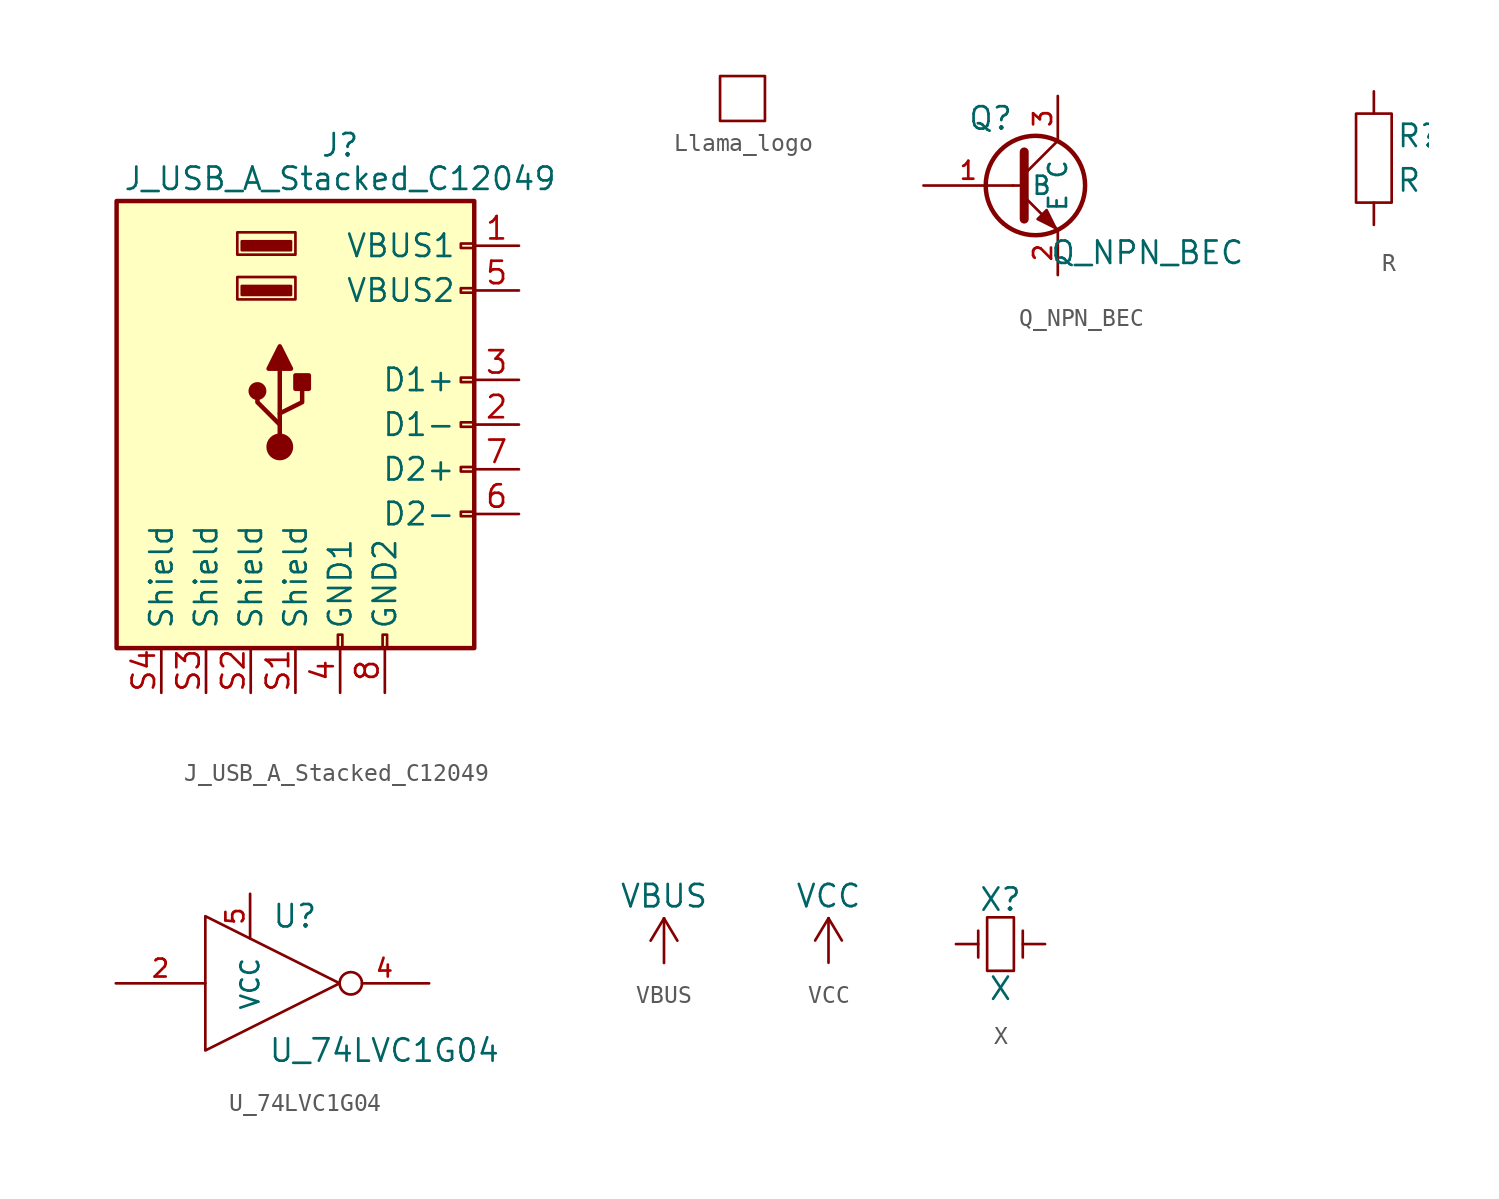
<source format=kicad_sym>
(kicad_symbol_lib
  (version 20211014)
  (generator kicad_symbol_editor)
  (symbol "J_USB_A_Stacked_C12049"
    (pin_names
      (offset 1.016))
    (property "Reference" "J"
      (at 0 15.875 0)
      (effects (font (size 1.27 1.27))))
    (property "Value" "J_USB_A_Stacked_C12049"
      (at 0 13.97 0)
      (effects (font (size 1.27 1.27))))
    (symbol "J_USB_A_Stacked_C12049_0_1"
      (rectangle (start -12.7 12.7) (end 7.62 -12.7) (stroke (width 0.254) (type default) (color 0 0 0 0)) (fill (type background)))
      (circle (center -4.699 1.905) (radius 0.381) (stroke (width 0.254) (type default) (color 0 0 0 0)) (fill (type outline)))
      (circle (center -3.429 -1.27) (radius 0.635) (stroke (width 0.254) (type default) (color 0 0 0 0)) (fill (type outline)))
      (rectangle (start -2.794 7.366) (end -5.588 7.874) (stroke (width 0) (type default) (color 0 0 0 0)) (fill (type outline)))
      (rectangle (start -2.794 9.906) (end -5.588 10.414) (stroke (width 0) (type default) (color 0 0 0 0)) (fill (type outline)))
      (rectangle (start -2.54 2.794) (end -1.778 2.032) (stroke (width 0.254) (type default) (color 0 0 0 0)) (fill (type outline)))
      (rectangle (start -2.54 7.112) (end -5.842 8.382) (stroke (width 0) (type default) (color 0 0 0 0)) (fill (type none)))
      (rectangle (start -2.54 9.652) (end -5.842 10.922) (stroke (width 0) (type default) (color 0 0 0 0)) (fill (type none)))
      (rectangle (start -0.127 -12.7) (end 0.127 -11.938) (stroke (width 0) (type default) (color 0 0 0 0)) (fill (type none)))
      (polyline (pts (xy -4.064 3.175) (xy -2.794 3.175) (xy -3.429 4.445) (xy -4.064 3.175)) (stroke (width 0.254) (type default) (color 0 0 0 0)) (fill (type outline)))
      (polyline (pts (xy -3.429 -0.635) (xy -3.429 0) (xy -4.699 1.27) (xy -4.699 1.905)) (stroke (width 0.254) (type default) (color 0 0 0 0)) (fill (type none)))
      (polyline (pts (xy -3.429 0) (xy -3.429 0.635) (xy -2.159 1.27) (xy -2.159 2.54)) (stroke (width 0.254) (type default) (color 0 0 0 0)) (fill (type none)))
      (rectangle (start 2.413 -12.7) (end 2.667 -11.938) (stroke (width 0) (type default) (color 0 0 0 0)) (fill (type none)))
      (rectangle (start 7.62 -5.207) (end 6.858 -4.953) (stroke (width 0) (type default) (color 0 0 0 0)) (fill (type none)))
      (rectangle (start 7.62 -2.667) (end 6.858 -2.413) (stroke (width 0) (type default) (color 0 0 0 0)) (fill (type none)))
      (rectangle (start 7.62 -0.127) (end 6.858 0.127) (stroke (width 0) (type default) (color 0 0 0 0)) (fill (type none)))
      (rectangle (start 7.62 2.413) (end 6.858 2.667) (stroke (width 0) (type default) (color 0 0 0 0)) (fill (type none)))
      (rectangle (start 7.62 7.493) (end 6.858 7.747) (stroke (width 0) (type default) (color 0 0 0 0)) (fill (type none)))
      (rectangle (start 7.62 10.033) (end 6.858 10.287) (stroke (width 0) (type default) (color 0 0 0 0)) (fill (type none))))
    (symbol "J_USB_A_Stacked_C12049_1_1"
      (polyline (pts (xy -3.429 0.635) (xy -3.429 3.175)) (stroke (width 0.254) (type default) (color 0 0 0 0)) (fill (type none)))
      (pin power_in line (at 10.16 10.16 180) (length 2.54) (name "VBUS1" (effects (font (size 1.27 1.27)))) (number "1" (effects (font (size 1.27 1.27)))))
      (pin bidirectional line (at 10.16 0 180) (length 2.54) (name "D1-" (effects (font (size 1.27 1.27)))) (number "2" (effects (font (size 1.27 1.27)))))
      (pin bidirectional line (at 10.16 2.54 180) (length 2.54) (name "D1+" (effects (font (size 1.27 1.27)))) (number "3" (effects (font (size 1.27 1.27)))))
      (pin power_in line (at 0 -15.24 90) (length 2.54) (name "GND1" (effects (font (size 1.27 1.27)))) (number "4" (effects (font (size 1.27 1.27)))))
      (pin power_in line (at 10.16 7.62 180) (length 2.54) (name "VBUS2" (effects (font (size 1.27 1.27)))) (number "5" (effects (font (size 1.27 1.27)))))
      (pin bidirectional line (at 10.16 -5.08 180) (length 2.54) (name "D2-" (effects (font (size 1.27 1.27)))) (number "6" (effects (font (size 1.27 1.27)))))
      (pin bidirectional line (at 10.16 -2.54 180) (length 2.54) (name "D2+" (effects (font (size 1.27 1.27)))) (number "7" (effects (font (size 1.27 1.27)))))
      (pin power_in line (at 2.54 -15.24 90) (length 2.54) (name "GND2" (effects (font (size 1.27 1.27)))) (number "8" (effects (font (size 1.27 1.27)))))
      (pin passive line (at -2.54 -15.24 90) (length 2.54) (name "Shield" (effects (font (size 1.27 1.27)))) (number "S1" (effects (font (size 1.27 1.27)))))
      (pin passive line (at -5.08 -15.24 90) (length 2.54) (name "Shield" (effects (font (size 1.27 1.27)))) (number "S2" (effects (font (size 1.27 1.27)))))
      (pin passive line (at -7.62 -15.24 90) (length 2.54) (name "Shield" (effects (font (size 1.27 1.27)))) (number "S3" (effects (font (size 1.27 1.27)))))
      (pin passive line (at -10.16 -15.24 90) (length 2.54) (name "Shield" (effects (font (size 1.27 1.27)))) (number "S4" (effects (font (size 1.27 1.27)))))))
  (symbol "Llama_logo"
    (pin_names
      (offset 1.016))
    (property "Reference" "#LOGO"
      (at 0 6.985 0)
      (effects (font (size 1.27 1.27)) hide))
    (symbol "Llama_logo_0_1"
      (rectangle (start -1.27 1.27) (end 1.27 -1.27) (stroke (width 0.152) (type default) (color 0 0 0 0)) (fill (type none)))))
  (symbol "Q_NPN_BEC"
    (pin_names
      (offset 1.016))
    (property "Reference" "Q"
      (at -2.54 3.81 0)
      (effects (font (size 1.27 1.27))))
    (property "Value" "Q_NPN_BEC"
      (at 6.35 -3.81 0)
      (effects (font (size 1.27 1.27))))
    (symbol "Q_NPN_BEC_1_1"
      (polyline (pts (xy -1.27 0) (xy -0.635 0)) (stroke (width 0) (type default) (color 0 0 0 0)) (fill (type none)))
      (polyline (pts (xy 1.27 -2.54) (xy -0.635 -0.635)) (stroke (width 0) (type default) (color 0 0 0 0)) (fill (type none)))
      (polyline (pts (xy 1.27 2.54) (xy -0.635 0.635)) (stroke (width 0) (type default) (color 0 0 0 0)) (fill (type none)))
      (polyline (pts (xy -0.635 1.905) (xy -0.635 -1.905) (xy -0.635 -1.905)) (stroke (width 0.508) (type default) (color 0 0 0 0)) (fill (type none)))
      (polyline (pts (xy 1.143 -2.413) (xy 0.635 -1.905) (xy 0.635 -1.905)) (stroke (width 0) (type default) (color 0 0 0 0)) (fill (type none)))
      (polyline (pts (xy 0.127 -1.905) (xy 0.635 -1.397) (xy 1.143 -2.413) (xy 0.127 -1.905) (xy 0.127 -1.905)) (stroke (width 0) (type default) (color 0 0 0 0)) (fill (type outline)))
      (circle (center 0 0) (radius 2.819) (stroke (width 0.254) (type default) (color 0 0 0 0)) (fill (type none)))
      (pin input line (at -6.35 0 0) (length 5.08) (name "B" (effects (font (size 1.016 1.016)))) (number "1" (effects (font (size 1.016 1.016)))))
      (pin passive line (at 1.27 -5.08 90) (length 2.54) (name "E" (effects (font (size 1.016 1.016)))) (number "2" (effects (font (size 1.016 1.016)))))
      (pin passive line (at 1.27 5.08 270) (length 2.54) (name "C" (effects (font (size 1.016 1.016)))) (number "3" (effects (font (size 1.016 1.016)))))))
  (symbol "R"
    (pin_numbers hide)
    (pin_names
      (offset 0))
    (property "Reference" "R"
      (at 1.27 1.27 0)
      (effects (font (size 1.27 1.27)) (justify left)))
    (property "Value" "R"
      (at 1.27 -1.27 0)
      (effects (font (size 1.27 1.27)) (justify left)))
    (symbol "R_1_1"
      (rectangle (start -1.016 -2.54) (end 1.016 2.54) (stroke (width 0.152) (type default) (color 0 0 0 0)) (fill (type none)))
      (pin passive line (at 0 3.81 270) (length 1.27) (name "~" (effects (font (size 1.016 1.016)))) (number "1" (effects (font (size 1.016 1.016)))))
      (pin passive line (at 0 -3.81 90) (length 1.27) (name "~" (effects (font (size 1.016 1.016)))) (number "2" (effects (font (size 1.016 1.016)))))))
  (symbol "U_74LVC1G04"
    (pin_names
      (offset 1.016))
    (property "Reference" "U"
      (at 2.54 3.81 0)
      (effects (font (size 1.27 1.27))))
    (property "Value" "U_74LVC1G04"
      (at 7.62 -3.81 0)
      (effects (font (size 1.27 1.27))))
    (symbol "U_74LVC1G04_1_1"
      (polyline (pts (xy -2.54 3.81) (xy -2.54 -3.81) (xy 5.08 0) (xy -2.54 3.81)) (stroke (width 0.152) (type default) (color 0 0 0 0)) (fill (type none)))
      (pin no_connect line (at -2.54 3.81 270) (length 0) hide (name "NC" (effects (font (size 1.016 1.016)))) (number "1" (effects (font (size 1.016 1.016)))))
      (pin input line (at -7.62 0 0) (length 5.08) (name "~" (effects (font (size 1.016 1.016)))) (number "2" (effects (font (size 1.016 1.016)))))
      (pin power_in line (at -2.54 -3.81 90) (length 0) hide (name "GND" (effects (font (size 1.016 1.016)))) (number "3" (effects (font (size 1.016 1.016)))))
      (pin output inverted (at 10.16 0 180) (length 5.08) (name "~" (effects (font (size 1.016 1.016)))) (number "4" (effects (font (size 1.016 1.016)))))
      (pin power_in line (at 0 5.08 270) (length 2.54) (name "VCC" (effects (font (size 1.016 1.016)))) (number "5" (effects (font (size 1.016 1.016)))))))
  (symbol "VBUS"
    (power)
    (pin_names
      (offset 0))
    (property "Reference" "#PWR"
      (at 0 -1.27 0)
      (effects (font (size 1.016 1.016)) hide))
    (property "Value" "VBUS"
      (at 0 3.81 0)
      (effects (font (size 1.27 1.27))))
    (symbol "VBUS_1_1"
      (polyline (pts (xy -0.762 1.27) (xy 0 2.54)) (stroke (width 0) (type default) (color 0 0 0 0)) (fill (type none)))
      (polyline (pts (xy 0 0) (xy 0 2.54)) (stroke (width 0) (type default) (color 0 0 0 0)) (fill (type none)))
      (polyline (pts (xy 0 2.54) (xy 0.762 1.27)) (stroke (width 0) (type default) (color 0 0 0 0)) (fill (type none)))
      (pin power_in line (at 0 0 90) (length 0) hide (name "VBUS" (effects (font (size 1.27 1.27)))) (number "1" (effects (font (size 1.27 1.27)))))))
  (symbol "VCC"
    (power)
    (pin_names
      (offset 0))
    (property "Reference" "#PWR"
      (at 0 -2.54 0)
      (effects (font (size 1.016 1.016)) hide))
    (property "Value" "VCC"
      (at 0 3.81 0)
      (effects (font (size 1.27 1.27))))
    (symbol "VCC_1_1"
      (polyline (pts (xy -0.762 1.27) (xy 0 2.54)) (stroke (width 0) (type default) (color 0 0 0 0)) (fill (type none)))
      (polyline (pts (xy 0 0) (xy 0 2.54)) (stroke (width 0) (type default) (color 0 0 0 0)) (fill (type none)))
      (polyline (pts (xy 0 2.54) (xy 0.762 1.27)) (stroke (width 0) (type default) (color 0 0 0 0)) (fill (type none)))
      (pin power_in line (at 0 0 90) (length 0) hide (name "VCC" (effects (font (size 1.27 1.27)))) (number "1" (effects (font (size 1.27 1.27)))))))
  (symbol "X"
    (pin_numbers hide)
    (pin_names
      (offset 1.016) hide)
    (property "Reference" "X"
      (at 0 2.54 0)
      (effects (font (size 1.27 1.27))))
    (property "Value" "X"
      (at 0 -2.54 0)
      (effects (font (size 1.27 1.27))))
    (symbol "X_1_1"
      (rectangle (start -0.762 -1.524) (end 0.762 1.524) (stroke (width 0) (type default) (color 0 0 0 0)) (fill (type none)))
      (polyline (pts (xy -1.27 -0.762) (xy -1.27 0.762)) (stroke (width 0) (type default) (color 0 0 0 0)) (fill (type none)))
      (polyline (pts (xy 1.27 -0.762) (xy 1.27 0.762)) (stroke (width 0) (type default) (color 0 0 0 0)) (fill (type none)))
      (pin passive line (at -2.54 0 0) (length 1.27) (name "~" (effects (font (size 1.016 1.016)))) (number "1" (effects (font (size 1.016 1.016)))))
      (pin passive line (at 2.54 0 180) (length 1.27) (name "~" (effects (font (size 1.016 1.016)))) (number "2" (effects (font (size 1.016 1.016))))))))
</source>
